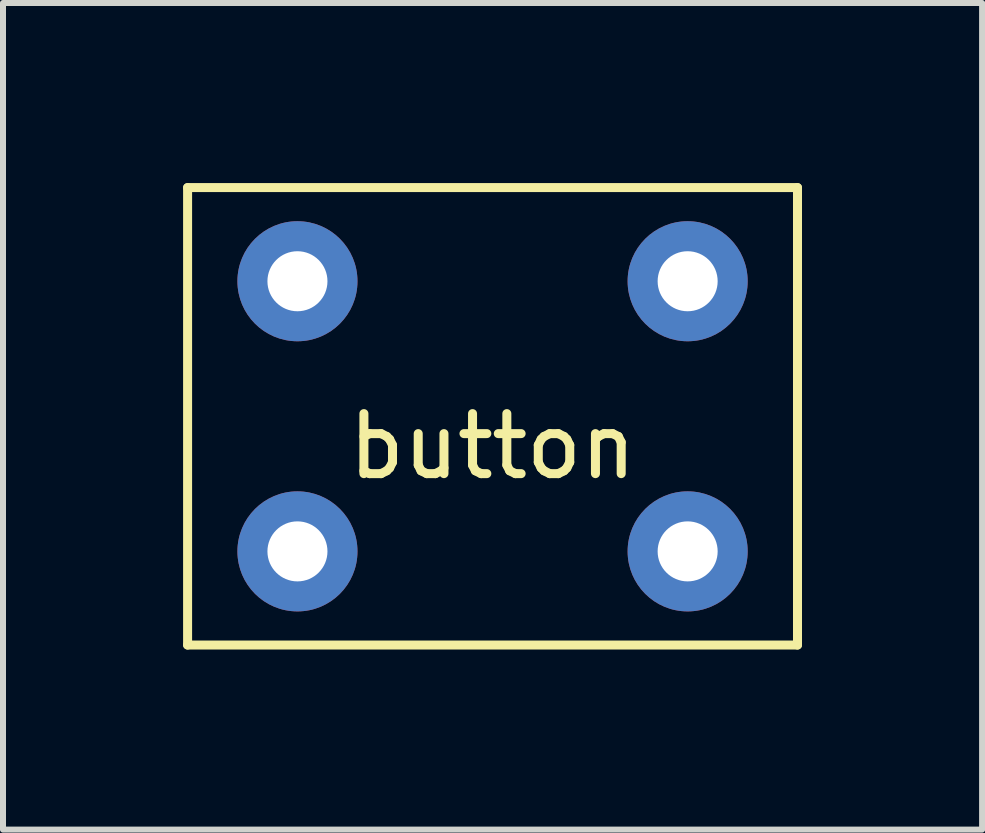
<source format=kicad_pcb>
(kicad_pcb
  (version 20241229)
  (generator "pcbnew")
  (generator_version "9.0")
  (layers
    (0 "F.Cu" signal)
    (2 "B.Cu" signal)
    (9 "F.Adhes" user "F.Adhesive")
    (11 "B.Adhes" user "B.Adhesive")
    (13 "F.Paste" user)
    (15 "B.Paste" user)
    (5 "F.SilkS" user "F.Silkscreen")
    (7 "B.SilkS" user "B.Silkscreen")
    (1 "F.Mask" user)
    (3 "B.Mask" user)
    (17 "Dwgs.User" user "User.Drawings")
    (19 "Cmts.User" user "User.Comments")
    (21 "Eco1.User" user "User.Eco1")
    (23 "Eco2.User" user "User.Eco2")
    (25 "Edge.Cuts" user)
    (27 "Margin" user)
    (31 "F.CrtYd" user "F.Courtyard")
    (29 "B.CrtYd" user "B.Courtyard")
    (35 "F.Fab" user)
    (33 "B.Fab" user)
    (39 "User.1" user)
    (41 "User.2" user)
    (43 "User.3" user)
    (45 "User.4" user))
  (footprint "button"
    (layer "F.Cu")
    (at 5.155 3.885)
    (property "Reference" "button" (at 0 0.5 0) (layer "F.SilkS") (effects (font (size 1 1) (thickness 0.15))))
    (attr through_hole)
    (fp_line (start -5.08 -3.81) (end 5.08 -3.81) (stroke (width 0.15) (type solid)) (layer "F.SilkS"))
    (fp_line (start -5.08 3.81) (end -5.08 -3.81) (stroke (width 0.15) (type solid)) (layer "F.SilkS"))
    (fp_line (start 5.08 -3.81) (end 5.08 3.81) (stroke (width 0.15) (type solid)) (layer "F.SilkS"))
    (fp_line (start 5.08 3.81) (end -5.08 3.81) (stroke (width 0.15) (type solid)) (layer "F.SilkS"))
    (pad "1" thru_hole circle (at -3.25 -2.25) (size 2 2) (drill 1) (layers "*.Cu" "*.Mask"))
    (pad "2" thru_hole circle (at -3.25 2.25) (size 2 2) (drill 1) (layers "*.Cu" "*.Mask"))
    (pad "3" thru_hole circle (at 3.25 2.25) (size 2 2) (drill 1) (layers "*.Cu" "*.Mask"))
    (pad "4" thru_hole circle (at 3.25 -2.25) (size 2 2) (drill 1) (layers "*.Cu" "*.Mask")))
  (gr_rect
    (start -3 -3)
    (end 13.31 10.77)
    (stroke (width 0.1) (type default))
    (fill no)
    (layer "Edge.Cuts")))
</source>
